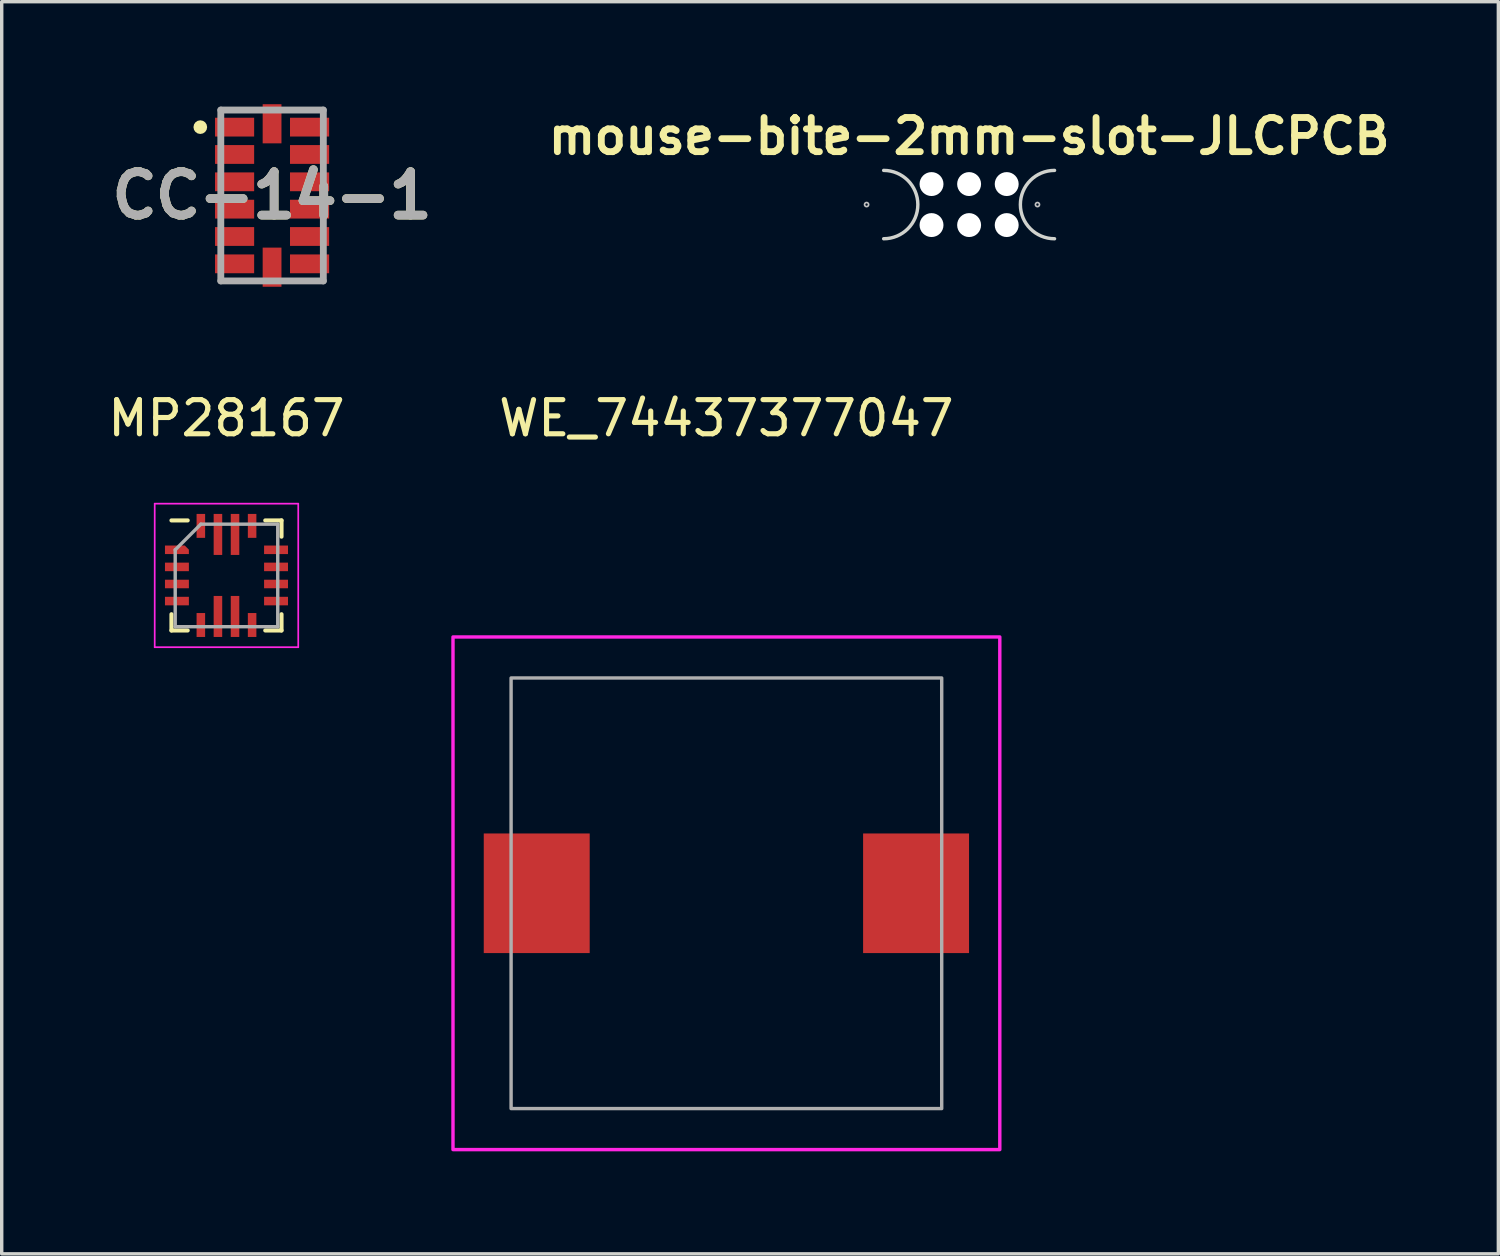
<source format=kicad_pcb>
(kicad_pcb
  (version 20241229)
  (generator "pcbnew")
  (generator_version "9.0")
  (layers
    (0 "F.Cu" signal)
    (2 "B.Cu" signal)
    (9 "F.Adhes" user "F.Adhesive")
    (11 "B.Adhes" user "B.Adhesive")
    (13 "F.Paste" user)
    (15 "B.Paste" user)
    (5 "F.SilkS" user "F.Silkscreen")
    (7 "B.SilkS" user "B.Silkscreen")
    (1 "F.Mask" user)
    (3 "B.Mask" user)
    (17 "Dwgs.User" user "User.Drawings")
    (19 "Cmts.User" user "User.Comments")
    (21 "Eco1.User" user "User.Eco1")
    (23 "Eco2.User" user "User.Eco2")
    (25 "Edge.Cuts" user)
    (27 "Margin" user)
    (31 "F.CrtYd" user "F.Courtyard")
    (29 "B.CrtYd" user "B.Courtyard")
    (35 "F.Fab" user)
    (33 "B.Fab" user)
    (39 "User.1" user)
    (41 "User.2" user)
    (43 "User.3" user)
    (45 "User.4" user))
  (footprint "mouse-bite-2mm-slot-JLCPCB"
    (layer "F.Cu")
    (at 25.307 2.936)
    (property "Reference" "mouse-bite-2mm-slot-JLCPCB" (at 0 -2 0) (layer "F.SilkS") (effects (font (size 1 1) (thickness 0.2))))
    (attr through_hole)
    (fp_circle (center -3 0) (end -3 -0.06) (stroke (width 0.05) (type solid)) (fill no) (layer "Dwgs.User"))
    (fp_circle (center 2 0) (end 2.06 0) (stroke (width 0.05) (type solid)) (fill no) (layer "Dwgs.User"))
    (fp_line (start -2.5 0) (end -2.5 0) (stroke (width 2) (type solid)) (layer "Eco1.User"))
    (fp_line (start 2.5 0) (end 2.5 0) (stroke (width 2) (type solid)) (layer "Eco1.User"))
    (fp_arc (start -2.5 -1) (mid -1.5 0) (end -2.5 1) (stroke (width 0.1) (type solid)) (layer "Edge.Cuts"))
    (fp_arc (start 2.5 1) (mid 1.5 0) (end 2.5 -1) (stroke (width 0.1) (type solid)) (layer "Edge.Cuts"))
    (pad "" np_thru_hole circle (at -1.1 -0.6) (size 0.7 0.7) (drill 0.7) (layers "*.Cu" "*.Mask"))
    (pad "" np_thru_hole circle (at -1.1 0.6) (size 0.7 0.7) (drill 0.7) (layers "*.Cu" "*.Mask"))
    (pad "" np_thru_hole circle (at 0 -0.6) (size 0.7 0.7) (drill 0.7) (layers "*.Cu" "*.Mask"))
    (pad "" np_thru_hole circle (at 0 0.6) (size 0.7 0.7) (drill 0.7) (layers "*.Cu" "*.Mask"))
    (pad "" np_thru_hole circle (at 1.1 -0.6) (size 0.7 0.7) (drill 0.7) (layers "*.Cu" "*.Mask"))
    (pad "" np_thru_hole circle (at 1.1 0.6) (size 0.7 0.7) (drill 0.7) (layers "*.Cu" "*.Mask")))
  (footprint "MP28167"
    (layer "F.Cu")
    (at 3.577 13.788)
    (property "Reference" "MP28167" (at 0 -4.6 0) (unlocked yes) (layer "F.SilkS") (effects (font (size 1 1) (thickness 0.15))))
    (attr smd)
    (fp_line (start -1.61 1.61) (end -1.61 1.135) (stroke (width 0.12) (type solid)) (layer "F.SilkS"))
    (fp_line (start -1.135 -1.61) (end -1.61 -1.61) (stroke (width 0.12) (type solid)) (layer "F.SilkS"))
    (fp_line (start -1.135 1.61) (end -1.61 1.61) (stroke (width 0.12) (type solid)) (layer "F.SilkS"))
    (fp_line (start 1.135 -1.61) (end 1.61 -1.61) (stroke (width 0.12) (type solid)) (layer "F.SilkS"))
    (fp_line (start 1.135 1.61) (end 1.61 1.61) (stroke (width 0.12) (type solid)) (layer "F.SilkS"))
    (fp_line (start 1.61 -1.61) (end 1.61 -1.135) (stroke (width 0.12) (type solid)) (layer "F.SilkS"))
    (fp_line (start 1.61 1.61) (end 1.61 1.135) (stroke (width 0.12) (type solid)) (layer "F.SilkS"))
    (fp_line (start -2.1 -2.1) (end -2.1 2.1) (stroke (width 0.05) (type solid)) (layer "F.CrtYd"))
    (fp_line (start -2.1 2.1) (end 2.1 2.1) (stroke (width 0.05) (type solid)) (layer "F.CrtYd"))
    (fp_line (start 2.1 -2.1) (end -2.1 -2.1) (stroke (width 0.05) (type solid)) (layer "F.CrtYd"))
    (fp_line (start 2.1 2.1) (end 2.1 -2.1) (stroke (width 0.05) (type solid)) (layer "F.CrtYd"))
    (fp_line (start -1.5 -0.75) (end -0.75 -1.5) (stroke (width 0.1) (type solid)) (layer "F.Fab"))
    (fp_line (start -1.5 1.5) (end -1.5 -0.75) (stroke (width 0.1) (type solid)) (layer "F.Fab"))
    (fp_line (start -0.75 -1.5) (end 1.5 -1.5) (stroke (width 0.1) (type solid)) (layer "F.Fab"))
    (fp_line (start 1.5 -1.5) (end 1.5 1.5) (stroke (width 0.1) (type solid)) (layer "F.Fab"))
    (fp_line (start 1.5 1.5) (end -1.5 1.5) (stroke (width 0.1) (type solid)) (layer "F.Fab"))
    (pad "1" smd roundrect (at -1.45 -0.75) (size 0.7 0.25) (layers "F.Cu" "F.Mask" "F.Paste") (roundrect_rratio 0) (chamfer_ratio 0.48) (chamfer top_right))
    (pad "2" smd rect (at -1.45 -0.25) (size 0.7 0.25) (layers "F.Cu" "F.Mask" "F.Paste"))
    (pad "3" smd rect (at -1.45 0.25) (size 0.7 0.25) (layers "F.Cu" "F.Mask" "F.Paste"))
    (pad "4" smd rect (at -1.45 0.75) (size 0.7 0.25) (layers "F.Cu" "F.Mask" "F.Paste"))
    (pad "5" smd rect (at -0.75 1.45 90) (size 0.7 0.25) (layers "F.Cu" "F.Mask" "F.Paste"))
    (pad "6" smd rect (at -0.25 1.2 180) (size 0.25 1.2) (layers "F.Cu" "F.Mask" "F.Paste"))
    (pad "7" smd rect (at 0.25 1.2 180) (size 0.25 1.2) (layers "F.Cu" "F.Mask" "F.Paste"))
    (pad "8" smd rect (at 0.75 1.45 90) (size 0.7 0.25) (layers "F.Cu" "F.Mask" "F.Paste"))
    (pad "9" smd rect (at 1.45 0.75) (size 0.7 0.25) (layers "F.Cu" "F.Mask" "F.Paste"))
    (pad "10" smd rect (at 1.45 0.25) (size 0.7 0.25) (layers "F.Cu" "F.Mask" "F.Paste"))
    (pad "11" smd rect (at 1.45 -0.25) (size 0.7 0.25) (layers "F.Cu" "F.Mask" "F.Paste"))
    (pad "12" smd rect (at 1.45 -0.75) (size 0.7 0.25) (layers "F.Cu" "F.Mask" "F.Paste"))
    (pad "13" smd rect (at 0.75 -1.45 90) (size 0.7 0.25) (layers "F.Cu" "F.Mask" "F.Paste"))
    (pad "14" smd rect (at 0.25 -1.2 180) (size 0.25 1.2) (layers "F.Cu" "F.Mask" "F.Paste"))
    (pad "15" smd rect (at -0.25 -1.2 180) (size 0.25 1.2) (layers "F.Cu" "F.Mask" "F.Paste"))
    (pad "16" smd rect (at -0.75 -1.45 90) (size 0.7 0.25) (layers "F.Cu" "F.Mask" "F.Paste")))
  (footprint "CC-14-1"
    (layer "F.Cu")
    (at 4.911 2.67)
    (property "Reference" "CC-14-1" (at 0 0 0) (layer "F.SilkS") (effects (font (size 1.27 1.27) (thickness 0.254))))
    (attr smd)
    (fp_line (start -1.5 -2.5) (end -0.607 -2.5) (stroke (width 0.1) (type solid)) (layer "F.SilkS"))
    (fp_line (start -1.5 2.5) (end -0.607 2.5) (stroke (width 0.1) (type solid)) (layer "F.SilkS"))
    (fp_line (start 0.607 -2.5) (end 1.5 -2.5) (stroke (width 0.1) (type solid)) (layer "F.SilkS"))
    (fp_line (start 0.607 2.5) (end 1.5 2.5) (stroke (width 0.1) (type solid)) (layer "F.SilkS"))
    (fp_circle (center -2.1 -2) (end -2.1 -1.9) (stroke (width 0.2) (type solid)) (fill no) (layer "F.SilkS"))
    (fp_line (start -1.5 -2.5) (end 1.5 -2.5) (stroke (width 0.2) (type solid)) (layer "F.Fab"))
    (fp_line (start -1.5 2.5) (end -1.5 -2.5) (stroke (width 0.2) (type solid)) (layer "F.Fab"))
    (fp_line (start 1.5 -2.5) (end 1.5 2.5) (stroke (width 0.2) (type solid)) (layer "F.Fab"))
    (fp_line (start 1.5 2.5) (end -1.5 2.5) (stroke (width 0.2) (type solid)) (layer "F.Fab"))
    (fp_text user "${REFERENCE}" (at 0 0 0) (layer "F.Fab") (effects (font (size 1.27 1.27) (thickness 0.254))))
    (pad "1" smd rect (at -1.097 -2 90) (size 0.55 1.145) (layers "F.Cu" "F.Mask" "F.Paste"))
    (pad "2" smd rect (at -1.097 -1.2 90) (size 0.55 1.145) (layers "F.Cu" "F.Mask" "F.Paste"))
    (pad "3" smd rect (at -1.097 -0.4 90) (size 0.55 1.145) (layers "F.Cu" "F.Mask" "F.Paste"))
    (pad "4" smd rect (at -1.097 0.4 90) (size 0.55 1.145) (layers "F.Cu" "F.Mask" "F.Paste"))
    (pad "5" smd rect (at -1.097 1.2 90) (size 0.55 1.145) (layers "F.Cu" "F.Mask" "F.Paste"))
    (pad "6" smd rect (at -1.097 2 90) (size 0.55 1.145) (layers "F.Cu" "F.Mask" "F.Paste"))
    (pad "7" smd rect (at 0 2.098) (size 0.55 1.145) (layers "F.Cu" "F.Mask" "F.Paste"))
    (pad "8" smd rect (at 1.097 2 90) (size 0.55 1.145) (layers "F.Cu" "F.Mask" "F.Paste"))
    (pad "9" smd rect (at 1.097 1.2 90) (size 0.55 1.145) (layers "F.Cu" "F.Mask" "F.Paste"))
    (pad "10" smd rect (at 1.097 0.4 90) (size 0.55 1.145) (layers "F.Cu" "F.Mask" "F.Paste"))
    (pad "11" smd rect (at 1.097 -0.4 90) (size 0.55 1.145) (layers "F.Cu" "F.Mask" "F.Paste"))
    (pad "12" smd rect (at 1.097 -1.2 90) (size 0.55 1.145) (layers "F.Cu" "F.Mask" "F.Paste"))
    (pad "13" smd rect (at 1.097 -2 90) (size 0.55 1.145) (layers "F.Cu" "F.Mask" "F.Paste"))
    (pad "14" smd rect (at 0 -2.098) (size 0.55 1.145) (layers "F.Cu" "F.Mask" "F.Paste")))
  (footprint "WE_74437377047"
    (layer "F.Cu")
    (at 18.205 23.088)
    (property "Reference" "WE_74437377047" (at 0 -13.9 0) (unlocked yes) (layer "F.SilkS") (effects (font (size 1 1) (thickness 0.15))))
    (attr smd)
    (fp_rect (start 8 7.5) (end -8 -7.5) (stroke (width 0.1) (type default)) (fill no) (layer "F.CrtYd"))
    (fp_rect (start 6.3 6.3) (end -6.3 -6.3) (stroke (width 0.1) (type default)) (fill no) (layer "F.Fab"))
    (pad "1" smd rect (at -5.55 0 180) (size 3.1 3.5) (layers "F.Cu" "F.Mask" "F.Paste"))
    (pad "2" smd rect (at 5.55 0 180) (size 3.1 3.5) (layers "F.Cu" "F.Mask" "F.Paste")))
  (gr_rect
    (start -3 -3)
    (end 40.793 33.638)
    (stroke (width 0.1) (type default))
    (fill no)
    (layer "Edge.Cuts")))
</source>
